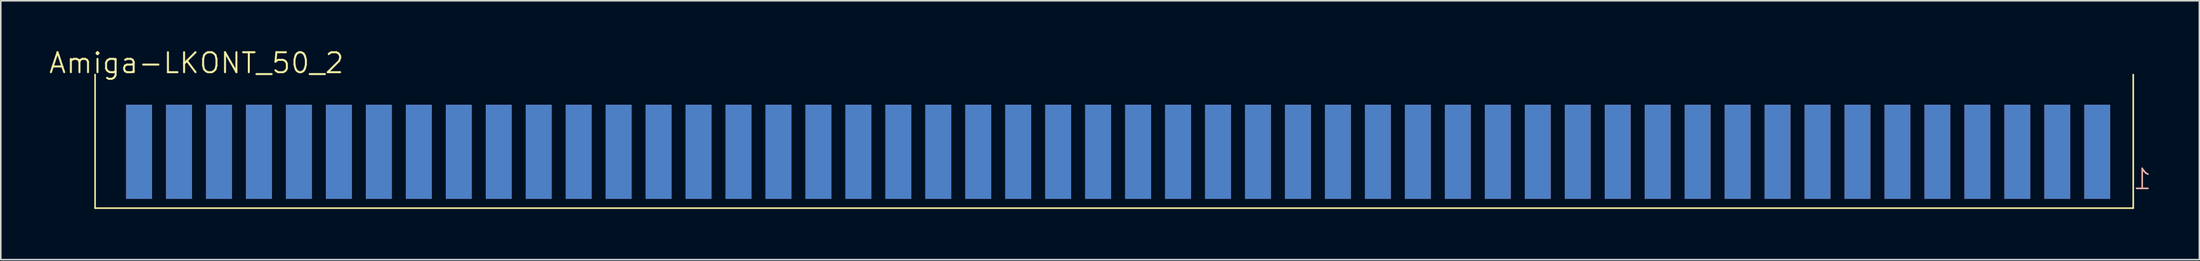
<source format=kicad_pcb>
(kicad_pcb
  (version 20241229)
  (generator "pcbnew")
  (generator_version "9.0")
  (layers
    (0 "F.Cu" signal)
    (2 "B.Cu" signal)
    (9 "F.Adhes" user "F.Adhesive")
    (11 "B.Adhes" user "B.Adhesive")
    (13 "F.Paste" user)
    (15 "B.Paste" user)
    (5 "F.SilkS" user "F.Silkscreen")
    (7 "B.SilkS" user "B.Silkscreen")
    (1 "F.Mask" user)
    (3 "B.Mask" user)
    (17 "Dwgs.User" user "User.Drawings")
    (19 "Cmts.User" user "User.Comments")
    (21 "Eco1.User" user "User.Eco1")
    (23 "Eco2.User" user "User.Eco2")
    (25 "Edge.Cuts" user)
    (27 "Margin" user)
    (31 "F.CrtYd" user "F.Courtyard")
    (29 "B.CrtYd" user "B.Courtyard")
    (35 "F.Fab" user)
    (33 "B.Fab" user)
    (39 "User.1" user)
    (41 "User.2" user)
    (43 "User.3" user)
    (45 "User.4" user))
  (footprint "Amiga-LKONT_50_2"
    (layer "F.Cu")
    (at 3.247 10.237)
    (property "Reference" "Amiga-LKONT_50_2" (at 6.19 -9.271 0) (layer "F.SilkS") (effects (font (size 1.27 1.27) (thickness 0.127))))
    (attr smd)
    (fp_line (start -0.254 -0.03) (end -0.254 -8.539) (stroke (width 0.1) (type solid)) (layer "F.SilkS"))
    (fp_line (start 129.286 -8.539) (end 129.286 -0.03) (stroke (width 0.1) (type solid)) (layer "F.SilkS"))
    (fp_line (start 129.286 -0.03) (end -0.254 -0.03) (stroke (width 0.1) (type solid)) (layer "F.SilkS"))
    (fp_text user "1" (at 129.857 -1.872 0) (layer "B.SilkS") (effects (font (size 1.27 1.27) (thickness 0.102)) (justify mirror)))
    (pad "1" smd rect (at 127 -3.617 180) (size 1.648 5.999) (layers "B.Cu" "B.Mask"))
    (pad "2" smd rect (at 127 -3.617 180) (size 1.648 5.999) (layers "F.Cu" "F.Mask" "F.Paste"))
    (pad "3" smd rect (at 124.46 -3.617 180) (size 1.648 5.999) (layers "B.Cu" "B.Mask"))
    (pad "4" smd rect (at 124.46 -3.617 180) (size 1.648 5.999) (layers "F.Cu" "F.Mask" "F.Paste"))
    (pad "5" smd rect (at 121.92 -3.617 180) (size 1.648 5.999) (layers "B.Cu" "B.Mask"))
    (pad "6" smd rect (at 121.92 -3.617 180) (size 1.648 5.999) (layers "F.Cu" "F.Mask" "F.Paste"))
    (pad "7" smd rect (at 119.38 -3.617 180) (size 1.648 5.999) (layers "B.Cu" "B.Mask"))
    (pad "8" smd rect (at 119.38 -3.617 180) (size 1.648 5.999) (layers "F.Cu" "F.Mask" "F.Paste"))
    (pad "9" smd rect (at 116.84 -3.617 180) (size 1.648 5.999) (layers "B.Cu" "B.Mask"))
    (pad "10" smd rect (at 116.84 -3.617 180) (size 1.648 5.999) (layers "F.Cu" "F.Mask" "F.Paste"))
    (pad "11" smd rect (at 114.3 -3.617 180) (size 1.648 5.999) (layers "B.Cu" "B.Mask"))
    (pad "12" smd rect (at 114.3 -3.617 180) (size 1.648 5.999) (layers "F.Cu" "F.Mask" "F.Paste"))
    (pad "13" smd rect (at 111.76 -3.617 180) (size 1.648 5.999) (layers "B.Cu" "B.Mask"))
    (pad "14" smd rect (at 111.76 -3.617 180) (size 1.648 5.999) (layers "F.Cu" "F.Mask" "F.Paste"))
    (pad "15" smd rect (at 109.22 -3.617 180) (size 1.648 5.999) (layers "B.Cu" "B.Mask"))
    (pad "16" smd rect (at 109.22 -3.617 180) (size 1.648 5.999) (layers "F.Cu" "F.Mask" "F.Paste"))
    (pad "17" smd rect (at 106.68 -3.617 180) (size 1.648 5.999) (layers "B.Cu" "B.Mask"))
    (pad "18" smd rect (at 106.68 -3.617 180) (size 1.648 5.999) (layers "F.Cu" "F.Mask" "F.Paste"))
    (pad "19" smd rect (at 104.14 -3.617 180) (size 1.648 5.999) (layers "B.Cu" "B.Mask"))
    (pad "20" smd rect (at 104.14 -3.617 180) (size 1.648 5.999) (layers "F.Cu" "F.Mask" "F.Paste"))
    (pad "21" smd rect (at 101.6 -3.617 180) (size 1.648 5.999) (layers "B.Cu" "B.Mask"))
    (pad "22" smd rect (at 101.6 -3.617 180) (size 1.648 5.999) (layers "F.Cu" "F.Mask" "F.Paste"))
    (pad "23" smd rect (at 99.06 -3.617 180) (size 1.648 5.999) (layers "B.Cu" "B.Mask"))
    (pad "24" smd rect (at 99.06 -3.617 180) (size 1.648 5.999) (layers "F.Cu" "F.Mask" "F.Paste"))
    (pad "25" smd rect (at 96.52 -3.617 180) (size 1.648 5.999) (layers "B.Cu" "B.Mask"))
    (pad "26" smd rect (at 96.52 -3.617 180) (size 1.648 5.999) (layers "F.Cu" "F.Mask" "F.Paste"))
    (pad "27" smd rect (at 93.98 -3.617 180) (size 1.648 5.999) (layers "B.Cu" "B.Mask"))
    (pad "28" smd rect (at 93.98 -3.617 180) (size 1.648 5.999) (layers "F.Cu" "F.Mask" "F.Paste"))
    (pad "29" smd rect (at 91.44 -3.617 180) (size 1.648 5.999) (layers "B.Cu" "B.Mask"))
    (pad "30" smd rect (at 91.44 -3.617 180) (size 1.648 5.999) (layers "F.Cu" "F.Mask" "F.Paste"))
    (pad "31" smd rect (at 88.9 -3.617 180) (size 1.648 5.999) (layers "B.Cu" "B.Mask"))
    (pad "32" smd rect (at 88.9 -3.617 180) (size 1.648 5.999) (layers "F.Cu" "F.Mask" "F.Paste"))
    (pad "33" smd rect (at 86.36 -3.617 180) (size 1.648 5.999) (layers "B.Cu" "B.Mask"))
    (pad "34" smd rect (at 86.36 -3.617 180) (size 1.648 5.999) (layers "F.Cu" "F.Mask" "F.Paste"))
    (pad "35" smd rect (at 83.82 -3.617 180) (size 1.648 5.999) (layers "B.Cu" "B.Mask"))
    (pad "36" smd rect (at 83.82 -3.617 180) (size 1.648 5.999) (layers "F.Cu" "F.Mask" "F.Paste"))
    (pad "37" smd rect (at 81.28 -3.617 180) (size 1.648 5.999) (layers "B.Cu" "B.Mask"))
    (pad "38" smd rect (at 81.28 -3.617 180) (size 1.648 5.999) (layers "F.Cu" "F.Mask" "F.Paste"))
    (pad "39" smd rect (at 78.74 -3.617 180) (size 1.648 5.999) (layers "B.Cu" "B.Mask"))
    (pad "40" smd rect (at 78.74 -3.617 180) (size 1.648 5.999) (layers "F.Cu" "F.Mask" "F.Paste"))
    (pad "41" smd rect (at 76.2 -3.617 180) (size 1.648 5.999) (layers "B.Cu" "B.Mask"))
    (pad "42" smd rect (at 76.2 -3.617 180) (size 1.648 5.999) (layers "F.Cu" "F.Mask" "F.Paste"))
    (pad "43" smd rect (at 73.66 -3.617 180) (size 1.648 5.999) (layers "B.Cu" "B.Mask"))
    (pad "44" smd rect (at 73.66 -3.617 180) (size 1.648 5.999) (layers "F.Cu" "F.Mask" "F.Paste"))
    (pad "45" smd rect (at 71.12 -3.617 180) (size 1.648 5.999) (layers "B.Cu" "B.Mask"))
    (pad "46" smd rect (at 71.12 -3.617 180) (size 1.648 5.999) (layers "F.Cu" "F.Mask" "F.Paste"))
    (pad "47" smd rect (at 68.58 -3.617 180) (size 1.648 5.999) (layers "B.Cu" "B.Mask"))
    (pad "48" smd rect (at 68.58 -3.617 180) (size 1.648 5.999) (layers "F.Cu" "F.Mask" "F.Paste"))
    (pad "49" smd rect (at 66.04 -3.617 180) (size 1.648 5.999) (layers "B.Cu" "B.Mask"))
    (pad "50" smd rect (at 66.04 -3.617 180) (size 1.648 5.999) (layers "F.Cu" "F.Mask" "F.Paste"))
    (pad "51" smd rect (at 63.5 -3.617 180) (size 1.648 5.999) (layers "B.Cu" "B.Mask"))
    (pad "52" smd rect (at 63.5 -3.617 180) (size 1.648 5.999) (layers "F.Cu" "F.Mask" "F.Paste"))
    (pad "53" smd rect (at 60.96 -3.617 180) (size 1.648 5.999) (layers "B.Cu" "B.Mask"))
    (pad "54" smd rect (at 60.96 -3.617 180) (size 1.648 5.999) (layers "F.Cu" "F.Mask" "F.Paste"))
    (pad "55" smd rect (at 58.42 -3.617 180) (size 1.648 5.999) (layers "B.Cu" "B.Mask"))
    (pad "56" smd rect (at 58.42 -3.617 180) (size 1.648 5.999) (layers "F.Cu" "F.Mask" "F.Paste"))
    (pad "57" smd rect (at 55.88 -3.617 180) (size 1.648 5.999) (layers "B.Cu" "B.Mask"))
    (pad "58" smd rect (at 55.88 -3.617 180) (size 1.648 5.999) (layers "F.Cu" "F.Mask" "F.Paste"))
    (pad "59" smd rect (at 53.34 -3.617 180) (size 1.648 5.999) (layers "B.Cu" "B.Mask"))
    (pad "60" smd rect (at 53.34 -3.617 180) (size 1.648 5.999) (layers "F.Cu" "F.Mask" "F.Paste"))
    (pad "61" smd rect (at 50.8 -3.617 180) (size 1.648 5.999) (layers "B.Cu" "B.Mask"))
    (pad "62" smd rect (at 50.8 -3.617 180) (size 1.648 5.999) (layers "F.Cu" "F.Mask" "F.Paste"))
    (pad "63" smd rect (at 48.26 -3.617 180) (size 1.648 5.999) (layers "B.Cu" "B.Mask"))
    (pad "64" smd rect (at 48.26 -3.617 180) (size 1.648 5.999) (layers "F.Cu" "F.Mask" "F.Paste"))
    (pad "65" smd rect (at 45.72 -3.617 180) (size 1.648 5.999) (layers "B.Cu" "B.Mask"))
    (pad "66" smd rect (at 45.72 -3.617 180) (size 1.648 5.999) (layers "F.Cu" "F.Mask" "F.Paste"))
    (pad "67" smd rect (at 43.18 -3.617 180) (size 1.648 5.999) (layers "B.Cu" "B.Mask"))
    (pad "68" smd rect (at 43.18 -3.617 180) (size 1.648 5.999) (layers "F.Cu" "F.Mask" "F.Paste"))
    (pad "69" smd rect (at 40.64 -3.617 180) (size 1.648 5.999) (layers "B.Cu" "B.Mask"))
    (pad "70" smd rect (at 40.64 -3.617 180) (size 1.648 5.999) (layers "F.Cu" "F.Mask" "F.Paste"))
    (pad "71" smd rect (at 38.1 -3.617 180) (size 1.648 5.999) (layers "B.Cu" "B.Mask"))
    (pad "72" smd rect (at 38.1 -3.617 180) (size 1.648 5.999) (layers "F.Cu" "F.Mask" "F.Paste"))
    (pad "73" smd rect (at 35.56 -3.617 180) (size 1.648 5.999) (layers "B.Cu" "B.Mask"))
    (pad "74" smd rect (at 35.56 -3.617 180) (size 1.648 5.999) (layers "F.Cu" "F.Mask" "F.Paste"))
    (pad "75" smd rect (at 33.02 -3.617 180) (size 1.648 5.999) (layers "B.Cu" "B.Mask"))
    (pad "76" smd rect (at 33.02 -3.617 180) (size 1.648 5.999) (layers "F.Cu" "F.Mask" "F.Paste"))
    (pad "77" smd rect (at 30.48 -3.617 180) (size 1.648 5.999) (layers "B.Cu" "B.Mask"))
    (pad "78" smd rect (at 30.48 -3.617 180) (size 1.648 5.999) (layers "F.Cu" "F.Mask" "F.Paste"))
    (pad "79" smd rect (at 27.94 -3.617 180) (size 1.648 5.999) (layers "B.Cu" "B.Mask"))
    (pad "80" smd rect (at 27.94 -3.617 180) (size 1.648 5.999) (layers "F.Cu" "F.Mask" "F.Paste"))
    (pad "81" smd rect (at 25.4 -3.617 180) (size 1.648 5.999) (layers "B.Cu" "B.Mask"))
    (pad "82" smd rect (at 25.4 -3.617 180) (size 1.648 5.999) (layers "F.Cu" "F.Mask" "F.Paste"))
    (pad "83" smd rect (at 22.86 -3.617 180) (size 1.648 5.999) (layers "B.Cu" "B.Mask"))
    (pad "84" smd rect (at 22.86 -3.617 180) (size 1.648 5.999) (layers "F.Cu" "F.Mask" "F.Paste"))
    (pad "85" smd rect (at 20.32 -3.617 180) (size 1.648 5.999) (layers "B.Cu" "B.Mask"))
    (pad "86" smd rect (at 20.32 -3.617 180) (size 1.648 5.999) (layers "F.Cu" "F.Mask" "F.Paste"))
    (pad "87" smd rect (at 17.78 -3.617 180) (size 1.648 5.999) (layers "B.Cu" "B.Mask"))
    (pad "88" smd rect (at 17.78 -3.617 180) (size 1.648 5.999) (layers "F.Cu" "F.Mask" "F.Paste"))
    (pad "89" smd rect (at 15.24 -3.617 180) (size 1.648 5.999) (layers "B.Cu" "B.Mask"))
    (pad "90" smd rect (at 15.24 -3.617 180) (size 1.648 5.999) (layers "F.Cu" "F.Mask" "F.Paste"))
    (pad "91" smd rect (at 12.7 -3.617 180) (size 1.648 5.999) (layers "B.Cu" "B.Mask"))
    (pad "92" smd rect (at 12.7 -3.617 180) (size 1.648 5.999) (layers "F.Cu" "F.Mask" "F.Paste"))
    (pad "93" smd rect (at 10.16 -3.617 180) (size 1.648 5.999) (layers "B.Cu" "B.Mask"))
    (pad "94" smd rect (at 10.16 -3.617 180) (size 1.648 5.999) (layers "F.Cu" "F.Mask" "F.Paste"))
    (pad "95" smd rect (at 7.62 -3.617 180) (size 1.648 5.999) (layers "B.Cu" "B.Mask"))
    (pad "96" smd rect (at 7.62 -3.617 180) (size 1.648 5.999) (layers "F.Cu" "F.Mask" "F.Paste"))
    (pad "97" smd rect (at 5.08 -3.617 180) (size 1.648 5.999) (layers "B.Cu" "B.Mask"))
    (pad "98" smd rect (at 5.08 -3.617 180) (size 1.648 5.999) (layers "F.Cu" "F.Mask" "F.Paste"))
    (pad "99" smd rect (at 2.54 -3.617 180) (size 1.648 5.999) (layers "B.Cu" "B.Mask"))
    (pad "100" smd rect (at 2.54 -3.617 180) (size 1.648 5.999) (layers "F.Cu" "F.Mask" "F.Paste")))
  (gr_rect
    (start -3 -3)
    (end 136.735 13.487)
    (stroke (width 0.1) (type default))
    (fill no)
    (layer "Edge.Cuts")))
</source>
